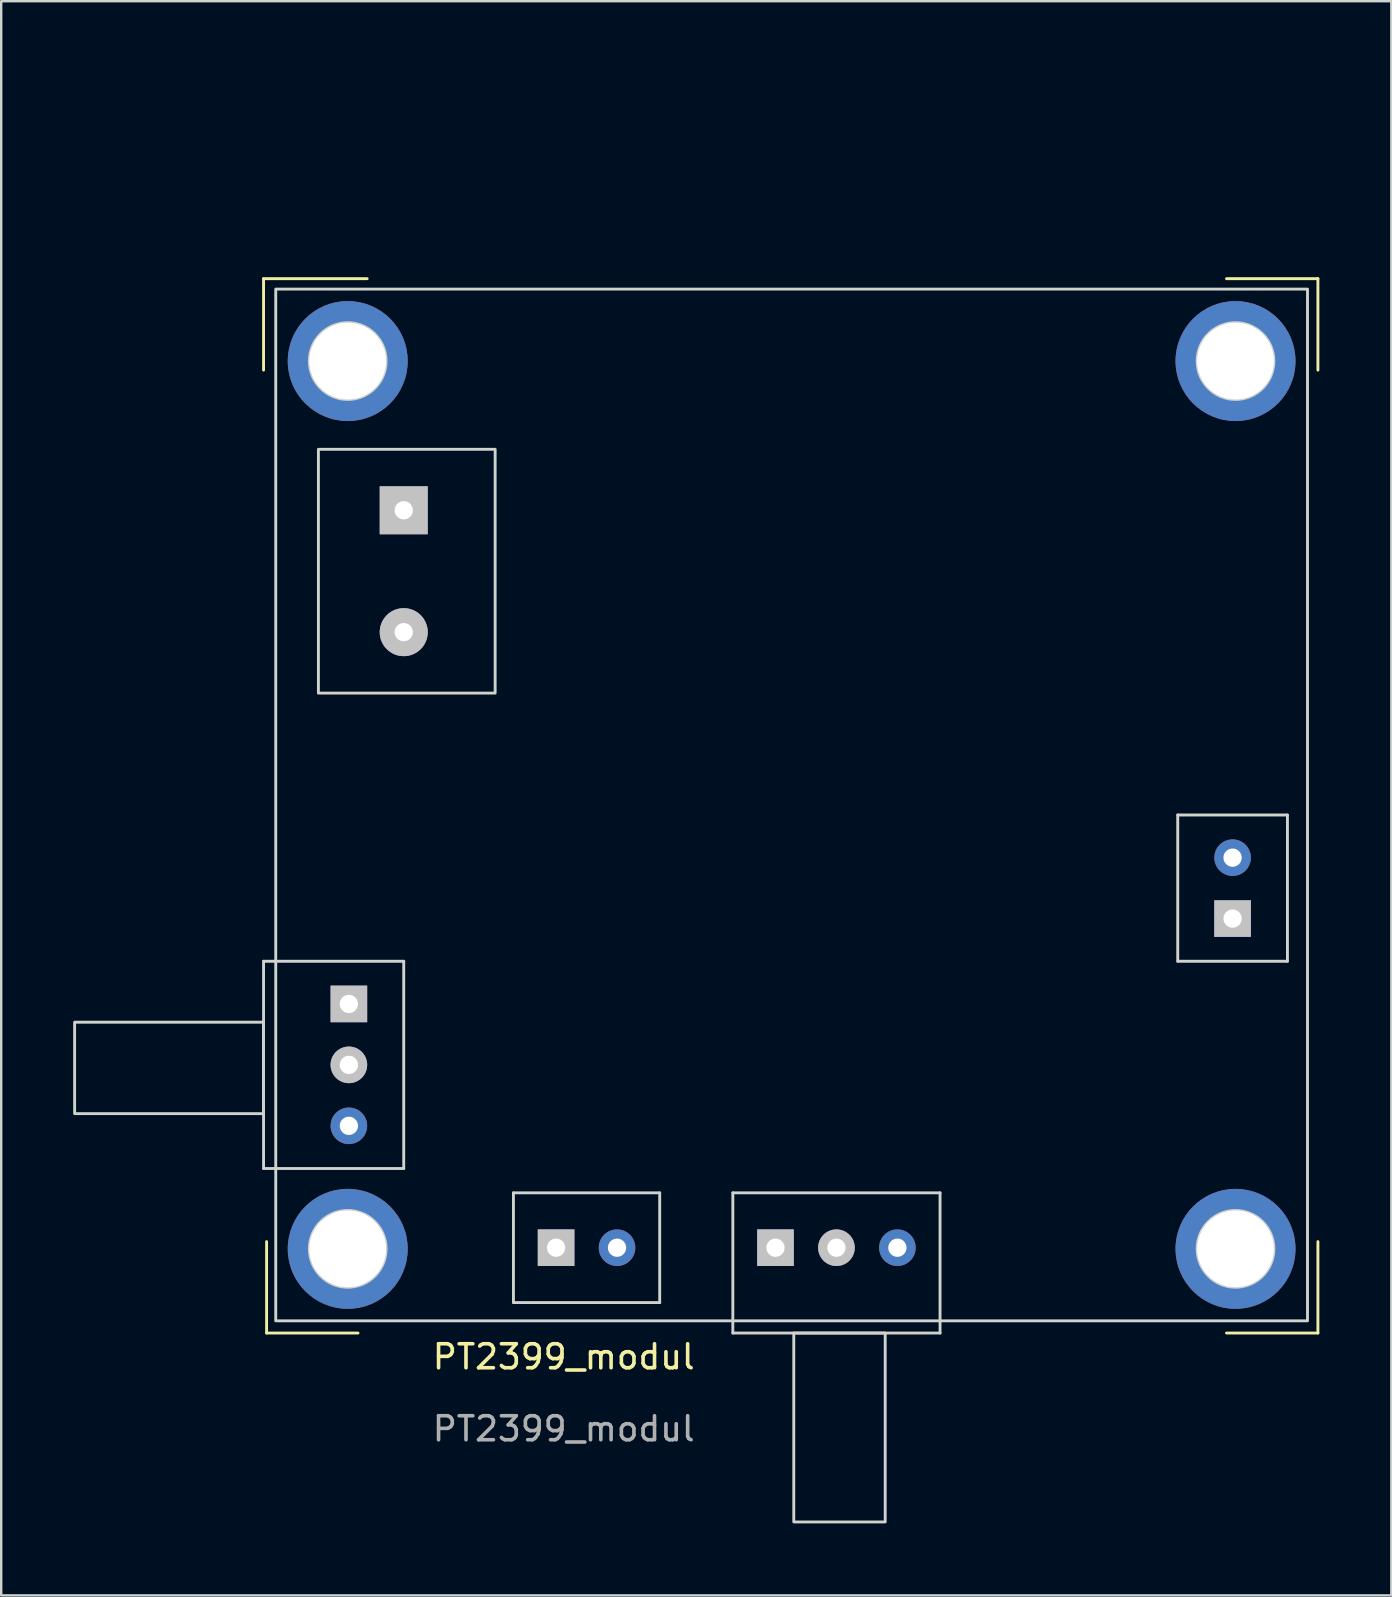
<source format=kicad_pcb>
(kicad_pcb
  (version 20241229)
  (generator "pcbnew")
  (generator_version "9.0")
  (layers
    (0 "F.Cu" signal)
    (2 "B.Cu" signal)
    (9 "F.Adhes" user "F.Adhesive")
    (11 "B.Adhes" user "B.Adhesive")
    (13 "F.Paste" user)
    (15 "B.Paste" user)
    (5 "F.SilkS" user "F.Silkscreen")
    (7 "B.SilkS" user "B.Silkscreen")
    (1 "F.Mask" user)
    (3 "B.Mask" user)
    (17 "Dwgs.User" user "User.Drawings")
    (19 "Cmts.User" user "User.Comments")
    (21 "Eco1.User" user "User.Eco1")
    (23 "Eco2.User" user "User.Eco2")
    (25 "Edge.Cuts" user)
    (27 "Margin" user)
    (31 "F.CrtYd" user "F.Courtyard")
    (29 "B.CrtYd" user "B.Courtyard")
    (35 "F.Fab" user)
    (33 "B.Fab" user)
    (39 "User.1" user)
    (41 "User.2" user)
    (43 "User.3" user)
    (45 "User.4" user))
  (footprint "PT2399_modul"
    (layer "F.Cu")
    (at 8.442 51.998)
    (property "Reference" "PT2399_modul" (at 12 1.5 0) (unlocked yes) (layer "F.SilkS") (effects (font (size 1 1) (thickness 0.15))))
    (attr through_hole)
    (fp_line (start -0.508 -43.434) (end 3.81 -43.434) (stroke (width 0.12) (type default)) (layer "F.SilkS"))
    (fp_line (start -0.508 -39.624) (end -0.508 -43.434) (stroke (width 0.12) (type default)) (layer "F.SilkS"))
    (fp_line (start -0.381 0.508) (end -0.381 -3.302) (stroke (width 0.12) (type default)) (layer "F.SilkS"))
    (fp_line (start 3.429 0.508) (end -0.381 0.508) (stroke (width 0.12) (type default)) (layer "F.SilkS"))
    (fp_line (start 39.624 -43.434) (end 43.434 -43.434) (stroke (width 0.12) (type default)) (layer "F.SilkS"))
    (fp_line (start 43.434 -43.434) (end 43.434 -39.624) (stroke (width 0.12) (type default)) (layer "F.SilkS"))
    (fp_line (start 43.434 -3.302) (end 43.434 0.508) (stroke (width 0.12) (type default)) (layer "F.SilkS"))
    (fp_line (start 43.434 0.508) (end 39.624 0.508) (stroke (width 0.12) (type default)) (layer "F.SilkS"))
    (fp_circle (center 3 -40) (end 4 -39) (stroke (width 0.12) (type default)) (fill no) (layer "F.SilkS"))
    (fp_circle (center 3 -3) (end 4 -2) (stroke (width 0.12) (type default)) (fill no) (layer "F.SilkS"))
    (fp_circle (center 40 -40) (end 41 -39) (stroke (width 0.12) (type default)) (fill no) (layer "F.SilkS"))
    (fp_circle (center 40 -3) (end 41 -2) (stroke (width 0.12) (type default)) (fill no) (layer "F.SilkS"))
    (fp_line (start -0.508 -14.986) (end -0.508 -6.35) (stroke (width 0.12) (type default)) (layer "Edge.Cuts"))
    (fp_line (start -0.508 -6.35) (end 5.334 -6.35) (stroke (width 0.12) (type default)) (layer "Edge.Cuts"))
    (fp_line (start 5.334 -14.986) (end -0.508 -14.986) (stroke (width 0.12) (type default)) (layer "Edge.Cuts"))
    (fp_line (start 5.334 -6.35) (end 5.334 -14.986) (stroke (width 0.12) (type default)) (layer "Edge.Cuts"))
    (fp_line (start 9.906 -5.334) (end 9.906 -0.762) (stroke (width 0.12) (type default)) (layer "Edge.Cuts"))
    (fp_line (start 9.906 -0.762) (end 16.002 -0.762) (stroke (width 0.12) (type default)) (layer "Edge.Cuts"))
    (fp_line (start 16.002 -5.334) (end 9.906 -5.334) (stroke (width 0.12) (type default)) (layer "Edge.Cuts"))
    (fp_line (start 16.002 -0.762) (end 16.002 -5.334) (stroke (width 0.12) (type default)) (layer "Edge.Cuts"))
    (fp_line (start 19.05 -5.334) (end 19.05 0.508) (stroke (width 0.12) (type default)) (layer "Edge.Cuts"))
    (fp_line (start 19.05 0.508) (end 27.686 0.508) (stroke (width 0.12) (type default)) (layer "Edge.Cuts"))
    (fp_line (start 27.686 -5.334) (end 19.05 -5.334) (stroke (width 0.12) (type default)) (layer "Edge.Cuts"))
    (fp_line (start 27.686 0.508) (end 27.686 -5.334) (stroke (width 0.12) (type default)) (layer "Edge.Cuts"))
    (fp_line (start 37.592 -21.082) (end 37.592 -14.986) (stroke (width 0.12) (type default)) (layer "Edge.Cuts"))
    (fp_line (start 37.592 -14.986) (end 42.164 -14.986) (stroke (width 0.12) (type default)) (layer "Edge.Cuts"))
    (fp_line (start 42.164 -21.082) (end 37.592 -21.082) (stroke (width 0.12) (type default)) (layer "Edge.Cuts"))
    (fp_line (start 42.164 -14.986) (end 42.164 -21.082) (stroke (width 0.12) (type default)) (layer "Edge.Cuts"))
    (fp_rect (start -8.382 -12.446) (end -0.508 -8.636) (stroke (width 0.12) (type default)) (fill no) (layer "Edge.Cuts"))
    (fp_rect (start 0 -43) (end 43 0) (stroke (width 0.12) (type default)) (fill no) (layer "Edge.Cuts"))
    (fp_rect (start 1.778 -36.322) (end 9.144 -26.162) (stroke (width 0.12) (type default)) (fill no) (layer "Edge.Cuts"))
    (fp_rect (start 21.59 0.508) (end 25.4 8.382) (stroke (width 0.12) (type default)) (fill no) (layer "Edge.Cuts"))
    (fp_circle (center 3 -40) (end 4.6 -40) (stroke (width 0.12) (type default)) (fill no) (layer "Edge.Cuts"))
    (fp_circle (center 3 -3) (end 4.6 -3) (stroke (width 0.12) (type default)) (fill no) (layer "Edge.Cuts"))
    (fp_circle (center 40 -40) (end 41.6 -40) (stroke (width 0.12) (type default)) (fill no) (layer "Edge.Cuts"))
    (fp_circle (center 40 -3) (end 41.6 -3) (stroke (width 0.12) (type default)) (fill no) (layer "Edge.Cuts"))
    (fp_line (start 3 -40) (end 3 -3) (stroke (width 0.12) (type default)) (layer "User.2"))
    (fp_line (start 3 -3) (end 40 -3) (stroke (width 0.12) (type default)) (layer "User.2"))
    (fp_line (start 40 -40) (end 3 -40) (stroke (width 0.12) (type default)) (layer "User.2"))
    (fp_line (start 40 -3) (end 40 -40) (stroke (width 0.12) (type default)) (layer "User.2"))
    (fp_text user "-" (at 2.54 -27.94 0) (unlocked yes) (layer "Edge.Cuts") (effects (font (size 1 1) (thickness 0.15)) (justify left bottom)))
    (fp_text user "+" (at 2.286 -33.274 0) (unlocked yes) (layer "Edge.Cuts") (effects (font (size 1 1) (thickness 0.15)) (justify left bottom)))
    (fp_text user "G" (at 5.588 -7.62 0) (unlocked yes) (layer "Edge.Cuts") (effects (font (size 1 1) (thickness 0.15)) (justify left bottom)))
    (fp_text user "S" (at 5.588 -12.7 0) (unlocked yes) (layer "Edge.Cuts") (effects (font (size 1 1) (thickness 0.15)) (justify left bottom)))
    (fp_text user "In" (at 12.192 -6.604 0) (unlocked yes) (layer "Edge.Cuts") (effects (font (size 1 1) (thickness 0.15)) (justify left bottom)))
    (fp_text user "Mix" (at 21.844 -6.604 0) (unlocked yes) (layer "Edge.Cuts") (effects (font (size 1 1) (thickness 0.15)) (justify left bottom)))
    (fp_text user "+" (at 40.64 -16.256 0) (unlocked yes) (layer "Edge.Cuts") (effects (font (size 1 1) (thickness 0.15)) (justify left bottom)))
    (fp_text user "G" (at 5.588 -10.16 0) (unlocked yes) (layer "Edge.Cuts") (effects (font (size 1 1) (thickness 0.15)) (justify left bottom)))
    (fp_text user "Freq" (at 8.636 -9.144 90) (unlocked yes) (layer "Edge.Cuts") (effects (font (size 1 1) (thickness 0.15)) (justify left bottom)))
    (fp_text user "Out" (at 36.068 -16.256 90) (unlocked yes) (layer "Edge.Cuts") (effects (font (size 1 1) (thickness 0.15)) (justify left bottom)))
    (fp_text user "+" (at 10.922 -1.016 0) (unlocked yes) (layer "Edge.Cuts") (effects (font (size 1 1) (thickness 0.15)) (justify left bottom)))
    (fp_text user "VCC" (at 11.684 -29.21 90) (unlocked yes) (layer "Edge.Cuts") (effects (font (size 1 1) (thickness 0.15)) (justify left bottom)))
    (fp_text user "${REFERENCE}" (at 12 4.5 0) (unlocked yes) (layer "F.Fab") (effects (font (size 1 1) (thickness 0.15))))
    (dimension (type aligned) (layer "User.1") (pts (xy 11.442 11.998) (xy 48.442 11.998)) (height -10) (format (prefix "") (suffix "") (units 3) (units_format 1) (precision 4)) (style (thickness 0.12) (arrow_length 1.27) (text_position_mode 0) (arrow_direction outward) (extension_height 0.586) (extension_offset 0.5) (keep_text_aligned yes)) (gr_text "37.0000 mm" (at 29.942 0.848 0) (layer "User.1") (effects (font (size 1 1) (thickness 0.15)))))
    (pad "" np_thru_hole circle (at 3 -40 270) (size 5 5) (drill 3.2) (layers "*.Cu" "*.Mask"))
    (pad "" np_thru_hole circle (at 3 -3 270) (size 5 5) (drill 3.2) (layers "*.Cu" "*.Mask"))
    (pad "" np_thru_hole circle (at 40 -40 270) (size 5 5) (drill 3.2) (layers "*.Cu" "*.Mask"))
    (pad "" np_thru_hole circle (at 40 -3 270) (size 5 5) (drill 3.2) (layers "*.Cu" "*.Mask"))
    (pad "1" thru_hole rect (at 11.684 -3.048) (size 1.524 1.524) (drill 0.762) (layers "*.Cu" "*.Mask" "Dwgs.User"))
    (pad "2" thru_hole circle (at 14.224 -3.048) (size 1.524 1.524) (drill 0.762) (layers "*.Cu" "*.Mask"))
    (pad "3" thru_hole rect (at 39.878 -16.764 90) (size 1.524 1.524) (drill 0.762) (layers "*.Cu" "*.Mask" "Dwgs.User"))
    (pad "4" thru_hole circle (at 39.878 -19.304 90) (size 1.524 1.524) (drill 0.762) (layers "*.Cu" "*.Mask"))
    (pad "5" thru_hole rect (at 20.828 -3.048) (size 1.524 1.524) (drill 0.762) (layers "*.Cu" "*.Mask" "Dwgs.User"))
    (pad "6" thru_hole circle (at 23.368 -3.048) (size 1.524 1.524) (drill 0.762) (layers "*.Cu" "*.Mask" "Dwgs.User"))
    (pad "7" thru_hole circle (at 25.908 -3.048) (size 1.524 1.524) (drill 0.762) (layers "*.Cu" "*.Mask"))
    (pad "8" thru_hole rect (at 3.048 -13.208 270) (size 1.524 1.524) (drill 0.762) (layers "*.Cu" "*.Mask" "Dwgs.User"))
    (pad "9" thru_hole circle (at 3.048 -10.668 270) (size 1.524 1.524) (drill 0.762) (layers "*.Cu" "*.Mask" "Dwgs.User"))
    (pad "10" thru_hole circle (at 3.048 -8.128 270) (size 1.524 1.524) (drill 0.762) (layers "*.Cu" "*.Mask"))
    (pad "11" thru_hole rect (at 5.334 -33.782 270) (size 2 2) (drill 0.762) (layers "*.Cu" "*.Mask" "Dwgs.User"))
    (pad "12" thru_hole circle (at 5.334 -28.702 270) (size 2 2) (drill 0.762) (layers "*.Cu" "*.Mask" "Dwgs.User")))
  (gr_rect
    (start -3 -3)
    (end 54.936 63.44)
    (stroke (width 0.1) (type default))
    (fill no)
    (layer "Edge.Cuts")))
</source>
